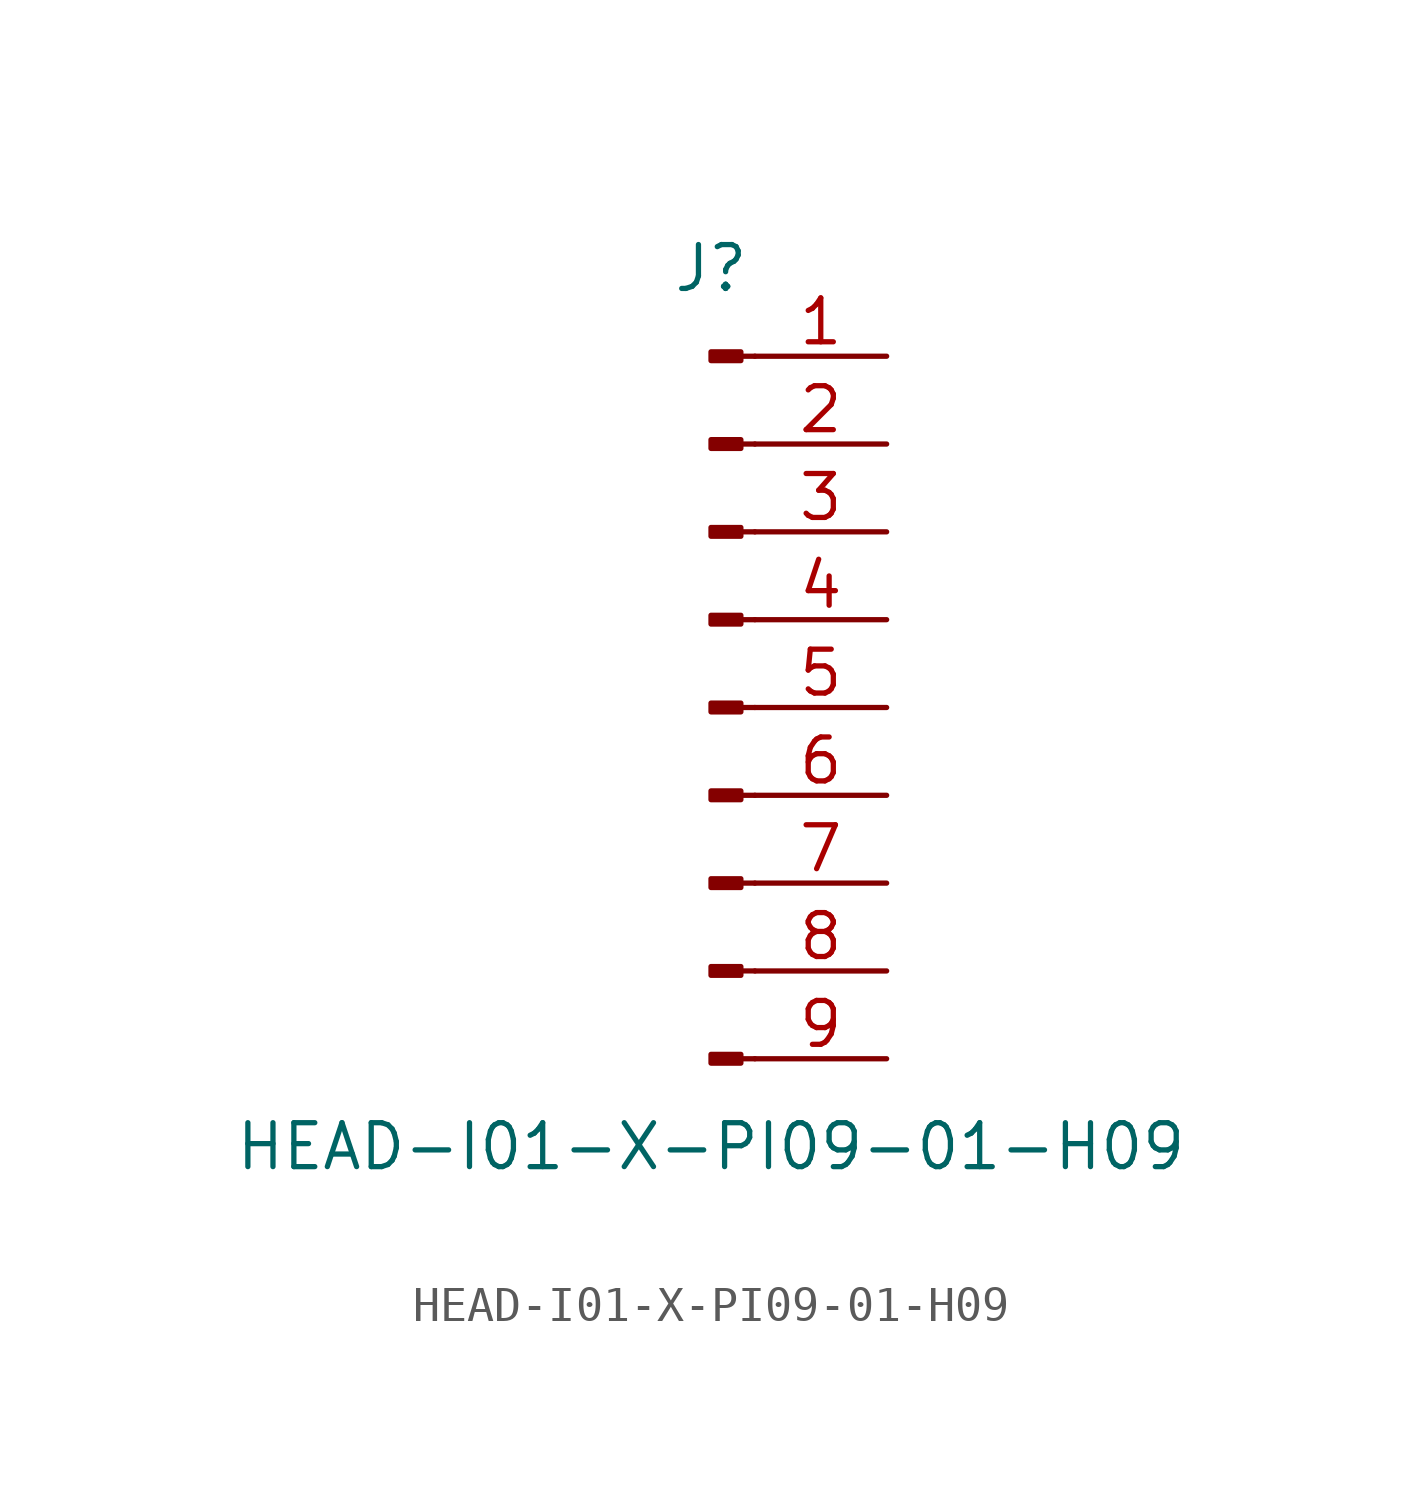
<source format=kicad_sym>
(kicad_symbol_lib
  (version 20211014)
  (generator kicad_symbol_editor)
  (symbol "HEAD-I01-X-PI09-01-H09"
    (pin_names
      (offset 1.016) hide)
    (property "Reference" "J"
      (at 0 12.7 0)
      (effects (font (size 1.27 1.27))))
    (property "Value" "HEAD-I01-X-PI09-01-H09"
      (at 0 -12.7 0)
      (effects (font (size 1.27 1.27))))
    (symbol "HEAD-I01-X-PI09-01-H09_1_1"
      (polyline (pts (xy 1.27 -10.16) (xy 0.864 -10.16)) (stroke (width 0.152) (type default) (color 0 0 0 0)) (fill (type none)))
      (polyline (pts (xy 1.27 -7.62) (xy 0.864 -7.62)) (stroke (width 0.152) (type default) (color 0 0 0 0)) (fill (type none)))
      (polyline (pts (xy 1.27 -5.08) (xy 0.864 -5.08)) (stroke (width 0.152) (type default) (color 0 0 0 0)) (fill (type none)))
      (polyline (pts (xy 1.27 -2.54) (xy 0.864 -2.54)) (stroke (width 0.152) (type default) (color 0 0 0 0)) (fill (type none)))
      (polyline (pts (xy 1.27 0) (xy 0.864 0)) (stroke (width 0.152) (type default) (color 0 0 0 0)) (fill (type none)))
      (polyline (pts (xy 1.27 2.54) (xy 0.864 2.54)) (stroke (width 0.152) (type default) (color 0 0 0 0)) (fill (type none)))
      (polyline (pts (xy 1.27 5.08) (xy 0.864 5.08)) (stroke (width 0.152) (type default) (color 0 0 0 0)) (fill (type none)))
      (polyline (pts (xy 1.27 7.62) (xy 0.864 7.62)) (stroke (width 0.152) (type default) (color 0 0 0 0)) (fill (type none)))
      (polyline (pts (xy 1.27 10.16) (xy 0.864 10.16)) (stroke (width 0.152) (type default) (color 0 0 0 0)) (fill (type none)))
      (rectangle (start 0.864 -10.033) (end 0 -10.287) (stroke (width 0.152) (type default) (color 0 0 0 0)) (fill (type outline)))
      (rectangle (start 0.864 -7.493) (end 0 -7.747) (stroke (width 0.152) (type default) (color 0 0 0 0)) (fill (type outline)))
      (rectangle (start 0.864 -4.953) (end 0 -5.207) (stroke (width 0.152) (type default) (color 0 0 0 0)) (fill (type outline)))
      (rectangle (start 0.864 -2.413) (end 0 -2.667) (stroke (width 0.152) (type default) (color 0 0 0 0)) (fill (type outline)))
      (rectangle (start 0.864 0.127) (end 0 -0.127) (stroke (width 0.152) (type default) (color 0 0 0 0)) (fill (type outline)))
      (rectangle (start 0.864 2.667) (end 0 2.413) (stroke (width 0.152) (type default) (color 0 0 0 0)) (fill (type outline)))
      (rectangle (start 0.864 5.207) (end 0 4.953) (stroke (width 0.152) (type default) (color 0 0 0 0)) (fill (type outline)))
      (rectangle (start 0.864 7.747) (end 0 7.493) (stroke (width 0.152) (type default) (color 0 0 0 0)) (fill (type outline)))
      (rectangle (start 0.864 10.287) (end 0 10.033) (stroke (width 0.152) (type default) (color 0 0 0 0)) (fill (type outline)))
      (pin passive line (at 5.08 10.16 180) (length 3.81) (name "Pin_1" (effects (font (size 1.27 1.27)))) (number "1" (effects (font (size 1.27 1.27)))))
      (pin passive line (at 5.08 7.62 180) (length 3.81) (name "Pin_2" (effects (font (size 1.27 1.27)))) (number "2" (effects (font (size 1.27 1.27)))))
      (pin passive line (at 5.08 5.08 180) (length 3.81) (name "Pin_3" (effects (font (size 1.27 1.27)))) (number "3" (effects (font (size 1.27 1.27)))))
      (pin passive line (at 5.08 2.54 180) (length 3.81) (name "Pin_4" (effects (font (size 1.27 1.27)))) (number "4" (effects (font (size 1.27 1.27)))))
      (pin passive line (at 5.08 0 180) (length 3.81) (name "Pin_5" (effects (font (size 1.27 1.27)))) (number "5" (effects (font (size 1.27 1.27)))))
      (pin passive line (at 5.08 -2.54 180) (length 3.81) (name "Pin_6" (effects (font (size 1.27 1.27)))) (number "6" (effects (font (size 1.27 1.27)))))
      (pin passive line (at 5.08 -5.08 180) (length 3.81) (name "Pin_7" (effects (font (size 1.27 1.27)))) (number "7" (effects (font (size 1.27 1.27)))))
      (pin passive line (at 5.08 -7.62 180) (length 3.81) (name "Pin_8" (effects (font (size 1.27 1.27)))) (number "8" (effects (font (size 1.27 1.27)))))
      (pin passive line (at 5.08 -10.16 180) (length 3.81) (name "Pin_9" (effects (font (size 1.27 1.27)))) (number "9" (effects (font (size 1.27 1.27))))))))
</source>
